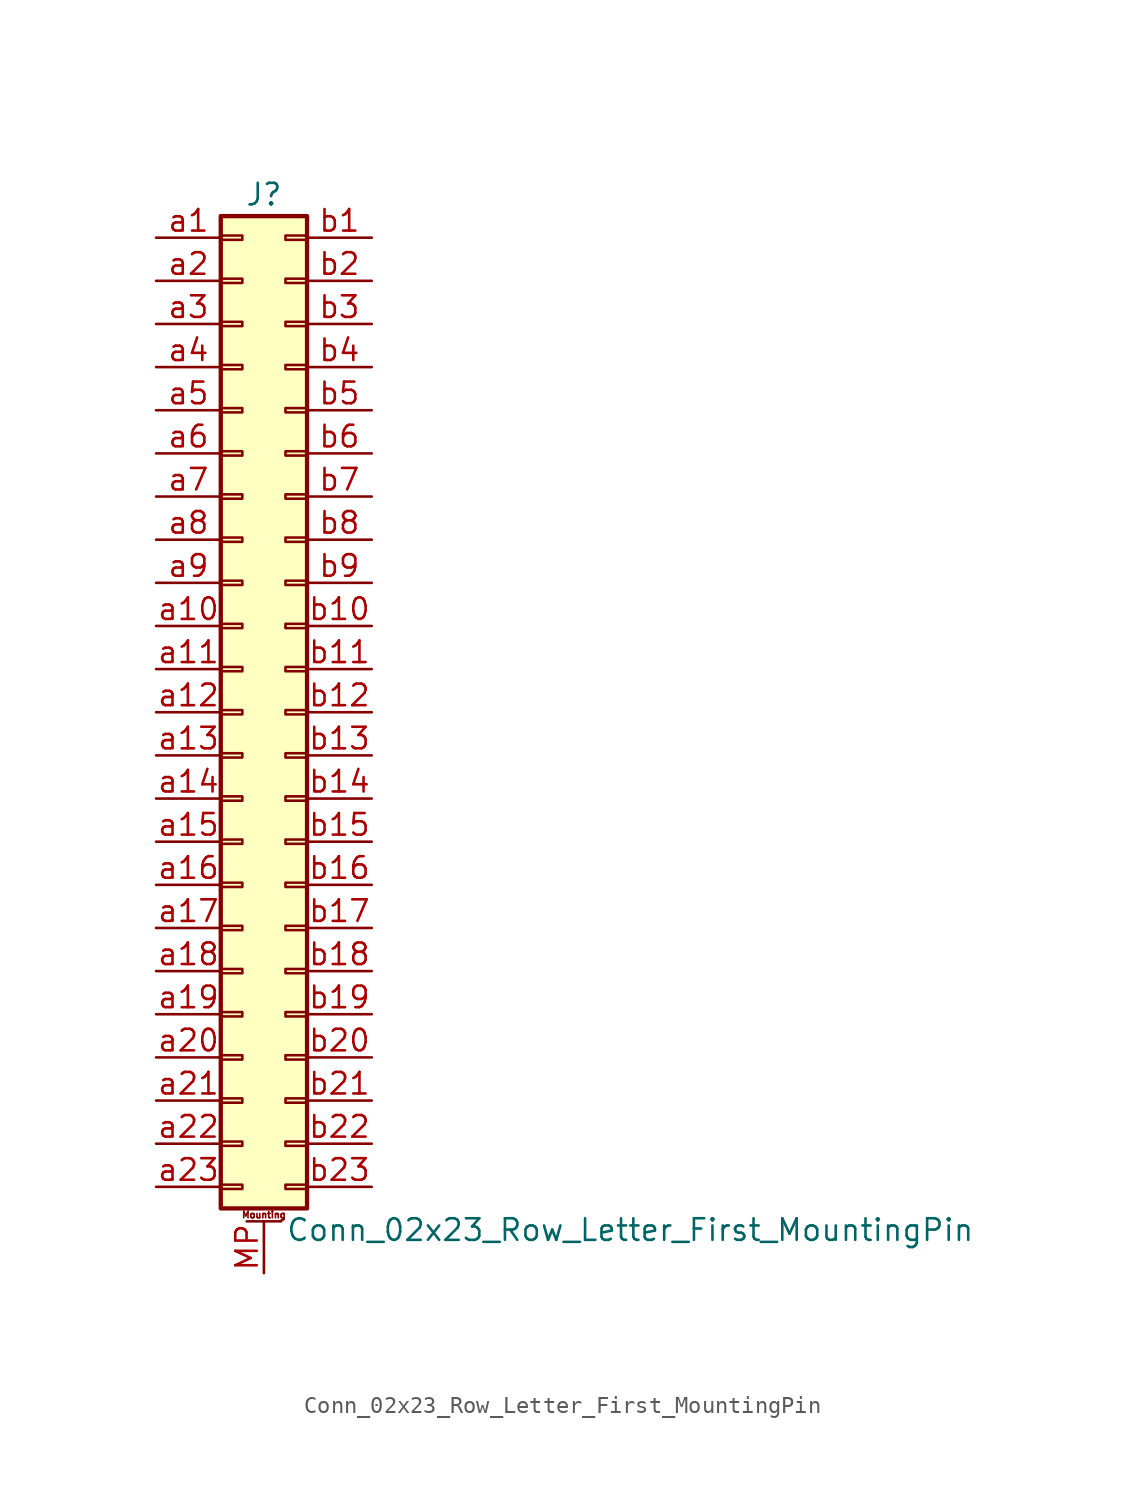
<source format=kicad_sym>
(kicad_symbol_lib
  (version 20220914)
  (generator kicad_symbol_editor)
  (symbol "Conn_02x23_Row_Letter_First_MountingPin"
    (pin_names
      (offset 1.016) hide)
    (property "Reference" "J"
      (at 1.27 30.48 0)
      (effects (font (size 1.27 1.27))))
    (property "Value" "Conn_02x23_Row_Letter_First_MountingPin"
      (at 2.54 -30.48 0)
      (effects (font (size 1.27 1.27)) (justify left)))
    (symbol "Conn_02x23_Row_Letter_First_MountingPin_1_1"
      (rectangle (start -1.27 -27.813) (end 0 -28.067) (stroke (width 0.152) (type default)) (fill (type none)))
      (rectangle (start -1.27 -25.273) (end 0 -25.527) (stroke (width 0.152) (type default)) (fill (type none)))
      (rectangle (start -1.27 -22.733) (end 0 -22.987) (stroke (width 0.152) (type default)) (fill (type none)))
      (rectangle (start -1.27 -20.193) (end 0 -20.447) (stroke (width 0.152) (type default)) (fill (type none)))
      (rectangle (start -1.27 -17.653) (end 0 -17.907) (stroke (width 0.152) (type default)) (fill (type none)))
      (rectangle (start -1.27 -15.113) (end 0 -15.367) (stroke (width 0.152) (type default)) (fill (type none)))
      (rectangle (start -1.27 -12.573) (end 0 -12.827) (stroke (width 0.152) (type default)) (fill (type none)))
      (rectangle (start -1.27 -10.033) (end 0 -10.287) (stroke (width 0.152) (type default)) (fill (type none)))
      (rectangle (start -1.27 -7.493) (end 0 -7.747) (stroke (width 0.152) (type default)) (fill (type none)))
      (rectangle (start -1.27 -4.953) (end 0 -5.207) (stroke (width 0.152) (type default)) (fill (type none)))
      (rectangle (start -1.27 -2.413) (end 0 -2.667) (stroke (width 0.152) (type default)) (fill (type none)))
      (rectangle (start -1.27 0.127) (end 0 -0.127) (stroke (width 0.152) (type default)) (fill (type none)))
      (rectangle (start -1.27 2.667) (end 0 2.413) (stroke (width 0.152) (type default)) (fill (type none)))
      (rectangle (start -1.27 5.207) (end 0 4.953) (stroke (width 0.152) (type default)) (fill (type none)))
      (rectangle (start -1.27 7.747) (end 0 7.493) (stroke (width 0.152) (type default)) (fill (type none)))
      (rectangle (start -1.27 10.287) (end 0 10.033) (stroke (width 0.152) (type default)) (fill (type none)))
      (rectangle (start -1.27 12.827) (end 0 12.573) (stroke (width 0.152) (type default)) (fill (type none)))
      (rectangle (start -1.27 15.367) (end 0 15.113) (stroke (width 0.152) (type default)) (fill (type none)))
      (rectangle (start -1.27 17.907) (end 0 17.653) (stroke (width 0.152) (type default)) (fill (type none)))
      (rectangle (start -1.27 20.447) (end 0 20.193) (stroke (width 0.152) (type default)) (fill (type none)))
      (rectangle (start -1.27 22.987) (end 0 22.733) (stroke (width 0.152) (type default)) (fill (type none)))
      (rectangle (start -1.27 25.527) (end 0 25.273) (stroke (width 0.152) (type default)) (fill (type none)))
      (rectangle (start -1.27 28.067) (end 0 27.813) (stroke (width 0.152) (type default)) (fill (type none)))
      (rectangle (start -1.27 29.21) (end 3.81 -29.21) (stroke (width 0.254) (type default)) (fill (type background)))
      (polyline (pts (xy 0.254 -29.972) (xy 2.286 -29.972)) (stroke (width 0.152) (type default)) (fill (type none)))
      (rectangle (start 3.81 -27.813) (end 2.54 -28.067) (stroke (width 0.152) (type default)) (fill (type none)))
      (rectangle (start 3.81 -25.273) (end 2.54 -25.527) (stroke (width 0.152) (type default)) (fill (type none)))
      (rectangle (start 3.81 -22.733) (end 2.54 -22.987) (stroke (width 0.152) (type default)) (fill (type none)))
      (rectangle (start 3.81 -20.193) (end 2.54 -20.447) (stroke (width 0.152) (type default)) (fill (type none)))
      (rectangle (start 3.81 -17.653) (end 2.54 -17.907) (stroke (width 0.152) (type default)) (fill (type none)))
      (rectangle (start 3.81 -15.113) (end 2.54 -15.367) (stroke (width 0.152) (type default)) (fill (type none)))
      (rectangle (start 3.81 -12.573) (end 2.54 -12.827) (stroke (width 0.152) (type default)) (fill (type none)))
      (rectangle (start 3.81 -10.033) (end 2.54 -10.287) (stroke (width 0.152) (type default)) (fill (type none)))
      (rectangle (start 3.81 -7.493) (end 2.54 -7.747) (stroke (width 0.152) (type default)) (fill (type none)))
      (rectangle (start 3.81 -4.953) (end 2.54 -5.207) (stroke (width 0.152) (type default)) (fill (type none)))
      (rectangle (start 3.81 -2.413) (end 2.54 -2.667) (stroke (width 0.152) (type default)) (fill (type none)))
      (rectangle (start 3.81 0.127) (end 2.54 -0.127) (stroke (width 0.152) (type default)) (fill (type none)))
      (rectangle (start 3.81 2.667) (end 2.54 2.413) (stroke (width 0.152) (type default)) (fill (type none)))
      (rectangle (start 3.81 5.207) (end 2.54 4.953) (stroke (width 0.152) (type default)) (fill (type none)))
      (rectangle (start 3.81 7.747) (end 2.54 7.493) (stroke (width 0.152) (type default)) (fill (type none)))
      (rectangle (start 3.81 10.287) (end 2.54 10.033) (stroke (width 0.152) (type default)) (fill (type none)))
      (rectangle (start 3.81 12.827) (end 2.54 12.573) (stroke (width 0.152) (type default)) (fill (type none)))
      (rectangle (start 3.81 15.367) (end 2.54 15.113) (stroke (width 0.152) (type default)) (fill (type none)))
      (rectangle (start 3.81 17.907) (end 2.54 17.653) (stroke (width 0.152) (type default)) (fill (type none)))
      (rectangle (start 3.81 20.447) (end 2.54 20.193) (stroke (width 0.152) (type default)) (fill (type none)))
      (rectangle (start 3.81 22.987) (end 2.54 22.733) (stroke (width 0.152) (type default)) (fill (type none)))
      (rectangle (start 3.81 25.527) (end 2.54 25.273) (stroke (width 0.152) (type default)) (fill (type none)))
      (rectangle (start 3.81 28.067) (end 2.54 27.813) (stroke (width 0.152) (type default)) (fill (type none)))
      (text "Mounting" (at 1.27 -29.591 0) (effects (font (size 0.381 0.381))))
      (pin passive line (at 1.27 -33.02 90) (length 3.048) (name "MountPin" (effects (font (size 1.27 1.27)))) (number "MP" (effects (font (size 1.27 1.27)))))
      (pin passive line (at -5.08 27.94 0) (length 3.81) (name "Pin_a1" (effects (font (size 1.27 1.27)))) (number "a1" (effects (font (size 1.27 1.27)))))
      (pin passive line (at -5.08 5.08 0) (length 3.81) (name "Pin_a10" (effects (font (size 1.27 1.27)))) (number "a10" (effects (font (size 1.27 1.27)))))
      (pin passive line (at -5.08 2.54 0) (length 3.81) (name "Pin_a11" (effects (font (size 1.27 1.27)))) (number "a11" (effects (font (size 1.27 1.27)))))
      (pin passive line (at -5.08 0 0) (length 3.81) (name "Pin_a12" (effects (font (size 1.27 1.27)))) (number "a12" (effects (font (size 1.27 1.27)))))
      (pin passive line (at -5.08 -2.54 0) (length 3.81) (name "Pin_a13" (effects (font (size 1.27 1.27)))) (number "a13" (effects (font (size 1.27 1.27)))))
      (pin passive line (at -5.08 -5.08 0) (length 3.81) (name "Pin_a14" (effects (font (size 1.27 1.27)))) (number "a14" (effects (font (size 1.27 1.27)))))
      (pin passive line (at -5.08 -7.62 0) (length 3.81) (name "Pin_a15" (effects (font (size 1.27 1.27)))) (number "a15" (effects (font (size 1.27 1.27)))))
      (pin passive line (at -5.08 -10.16 0) (length 3.81) (name "Pin_a16" (effects (font (size 1.27 1.27)))) (number "a16" (effects (font (size 1.27 1.27)))))
      (pin passive line (at -5.08 -12.7 0) (length 3.81) (name "Pin_a17" (effects (font (size 1.27 1.27)))) (number "a17" (effects (font (size 1.27 1.27)))))
      (pin passive line (at -5.08 -15.24 0) (length 3.81) (name "Pin_a18" (effects (font (size 1.27 1.27)))) (number "a18" (effects (font (size 1.27 1.27)))))
      (pin passive line (at -5.08 -17.78 0) (length 3.81) (name "Pin_a19" (effects (font (size 1.27 1.27)))) (number "a19" (effects (font (size 1.27 1.27)))))
      (pin passive line (at -5.08 25.4 0) (length 3.81) (name "Pin_a2" (effects (font (size 1.27 1.27)))) (number "a2" (effects (font (size 1.27 1.27)))))
      (pin passive line (at -5.08 -20.32 0) (length 3.81) (name "Pin_a20" (effects (font (size 1.27 1.27)))) (number "a20" (effects (font (size 1.27 1.27)))))
      (pin passive line (at -5.08 -22.86 0) (length 3.81) (name "Pin_a21" (effects (font (size 1.27 1.27)))) (number "a21" (effects (font (size 1.27 1.27)))))
      (pin passive line (at -5.08 -25.4 0) (length 3.81) (name "Pin_a22" (effects (font (size 1.27 1.27)))) (number "a22" (effects (font (size 1.27 1.27)))))
      (pin passive line (at -5.08 -27.94 0) (length 3.81) (name "Pin_a23" (effects (font (size 1.27 1.27)))) (number "a23" (effects (font (size 1.27 1.27)))))
      (pin passive line (at -5.08 22.86 0) (length 3.81) (name "Pin_a3" (effects (font (size 1.27 1.27)))) (number "a3" (effects (font (size 1.27 1.27)))))
      (pin passive line (at -5.08 20.32 0) (length 3.81) (name "Pin_a4" (effects (font (size 1.27 1.27)))) (number "a4" (effects (font (size 1.27 1.27)))))
      (pin passive line (at -5.08 17.78 0) (length 3.81) (name "Pin_a5" (effects (font (size 1.27 1.27)))) (number "a5" (effects (font (size 1.27 1.27)))))
      (pin passive line (at -5.08 15.24 0) (length 3.81) (name "Pin_a6" (effects (font (size 1.27 1.27)))) (number "a6" (effects (font (size 1.27 1.27)))))
      (pin passive line (at -5.08 12.7 0) (length 3.81) (name "Pin_a7" (effects (font (size 1.27 1.27)))) (number "a7" (effects (font (size 1.27 1.27)))))
      (pin passive line (at -5.08 10.16 0) (length 3.81) (name "Pin_a8" (effects (font (size 1.27 1.27)))) (number "a8" (effects (font (size 1.27 1.27)))))
      (pin passive line (at -5.08 7.62 0) (length 3.81) (name "Pin_a9" (effects (font (size 1.27 1.27)))) (number "a9" (effects (font (size 1.27 1.27)))))
      (pin passive line (at 7.62 27.94 180) (length 3.81) (name "Pin_b1" (effects (font (size 1.27 1.27)))) (number "b1" (effects (font (size 1.27 1.27)))))
      (pin passive line (at 7.62 5.08 180) (length 3.81) (name "Pin_b10" (effects (font (size 1.27 1.27)))) (number "b10" (effects (font (size 1.27 1.27)))))
      (pin passive line (at 7.62 2.54 180) (length 3.81) (name "Pin_b11" (effects (font (size 1.27 1.27)))) (number "b11" (effects (font (size 1.27 1.27)))))
      (pin passive line (at 7.62 0 180) (length 3.81) (name "Pin_b12" (effects (font (size 1.27 1.27)))) (number "b12" (effects (font (size 1.27 1.27)))))
      (pin passive line (at 7.62 -2.54 180) (length 3.81) (name "Pin_b13" (effects (font (size 1.27 1.27)))) (number "b13" (effects (font (size 1.27 1.27)))))
      (pin passive line (at 7.62 -5.08 180) (length 3.81) (name "Pin_b14" (effects (font (size 1.27 1.27)))) (number "b14" (effects (font (size 1.27 1.27)))))
      (pin passive line (at 7.62 -7.62 180) (length 3.81) (name "Pin_b15" (effects (font (size 1.27 1.27)))) (number "b15" (effects (font (size 1.27 1.27)))))
      (pin passive line (at 7.62 -10.16 180) (length 3.81) (name "Pin_b16" (effects (font (size 1.27 1.27)))) (number "b16" (effects (font (size 1.27 1.27)))))
      (pin passive line (at 7.62 -12.7 180) (length 3.81) (name "Pin_b17" (effects (font (size 1.27 1.27)))) (number "b17" (effects (font (size 1.27 1.27)))))
      (pin passive line (at 7.62 -15.24 180) (length 3.81) (name "Pin_b18" (effects (font (size 1.27 1.27)))) (number "b18" (effects (font (size 1.27 1.27)))))
      (pin passive line (at 7.62 -17.78 180) (length 3.81) (name "Pin_b19" (effects (font (size 1.27 1.27)))) (number "b19" (effects (font (size 1.27 1.27)))))
      (pin passive line (at 7.62 25.4 180) (length 3.81) (name "Pin_b2" (effects (font (size 1.27 1.27)))) (number "b2" (effects (font (size 1.27 1.27)))))
      (pin passive line (at 7.62 -20.32 180) (length 3.81) (name "Pin_b20" (effects (font (size 1.27 1.27)))) (number "b20" (effects (font (size 1.27 1.27)))))
      (pin passive line (at 7.62 -22.86 180) (length 3.81) (name "Pin_b21" (effects (font (size 1.27 1.27)))) (number "b21" (effects (font (size 1.27 1.27)))))
      (pin passive line (at 7.62 -25.4 180) (length 3.81) (name "Pin_b22" (effects (font (size 1.27 1.27)))) (number "b22" (effects (font (size 1.27 1.27)))))
      (pin passive line (at 7.62 -27.94 180) (length 3.81) (name "Pin_b23" (effects (font (size 1.27 1.27)))) (number "b23" (effects (font (size 1.27 1.27)))))
      (pin passive line (at 7.62 22.86 180) (length 3.81) (name "Pin_b3" (effects (font (size 1.27 1.27)))) (number "b3" (effects (font (size 1.27 1.27)))))
      (pin passive line (at 7.62 20.32 180) (length 3.81) (name "Pin_b4" (effects (font (size 1.27 1.27)))) (number "b4" (effects (font (size 1.27 1.27)))))
      (pin passive line (at 7.62 17.78 180) (length 3.81) (name "Pin_b5" (effects (font (size 1.27 1.27)))) (number "b5" (effects (font (size 1.27 1.27)))))
      (pin passive line (at 7.62 15.24 180) (length 3.81) (name "Pin_b6" (effects (font (size 1.27 1.27)))) (number "b6" (effects (font (size 1.27 1.27)))))
      (pin passive line (at 7.62 12.7 180) (length 3.81) (name "Pin_b7" (effects (font (size 1.27 1.27)))) (number "b7" (effects (font (size 1.27 1.27)))))
      (pin passive line (at 7.62 10.16 180) (length 3.81) (name "Pin_b8" (effects (font (size 1.27 1.27)))) (number "b8" (effects (font (size 1.27 1.27)))))
      (pin passive line (at 7.62 7.62 180) (length 3.81) (name "Pin_b9" (effects (font (size 1.27 1.27)))) (number "b9" (effects (font (size 1.27 1.27))))))))
</source>
